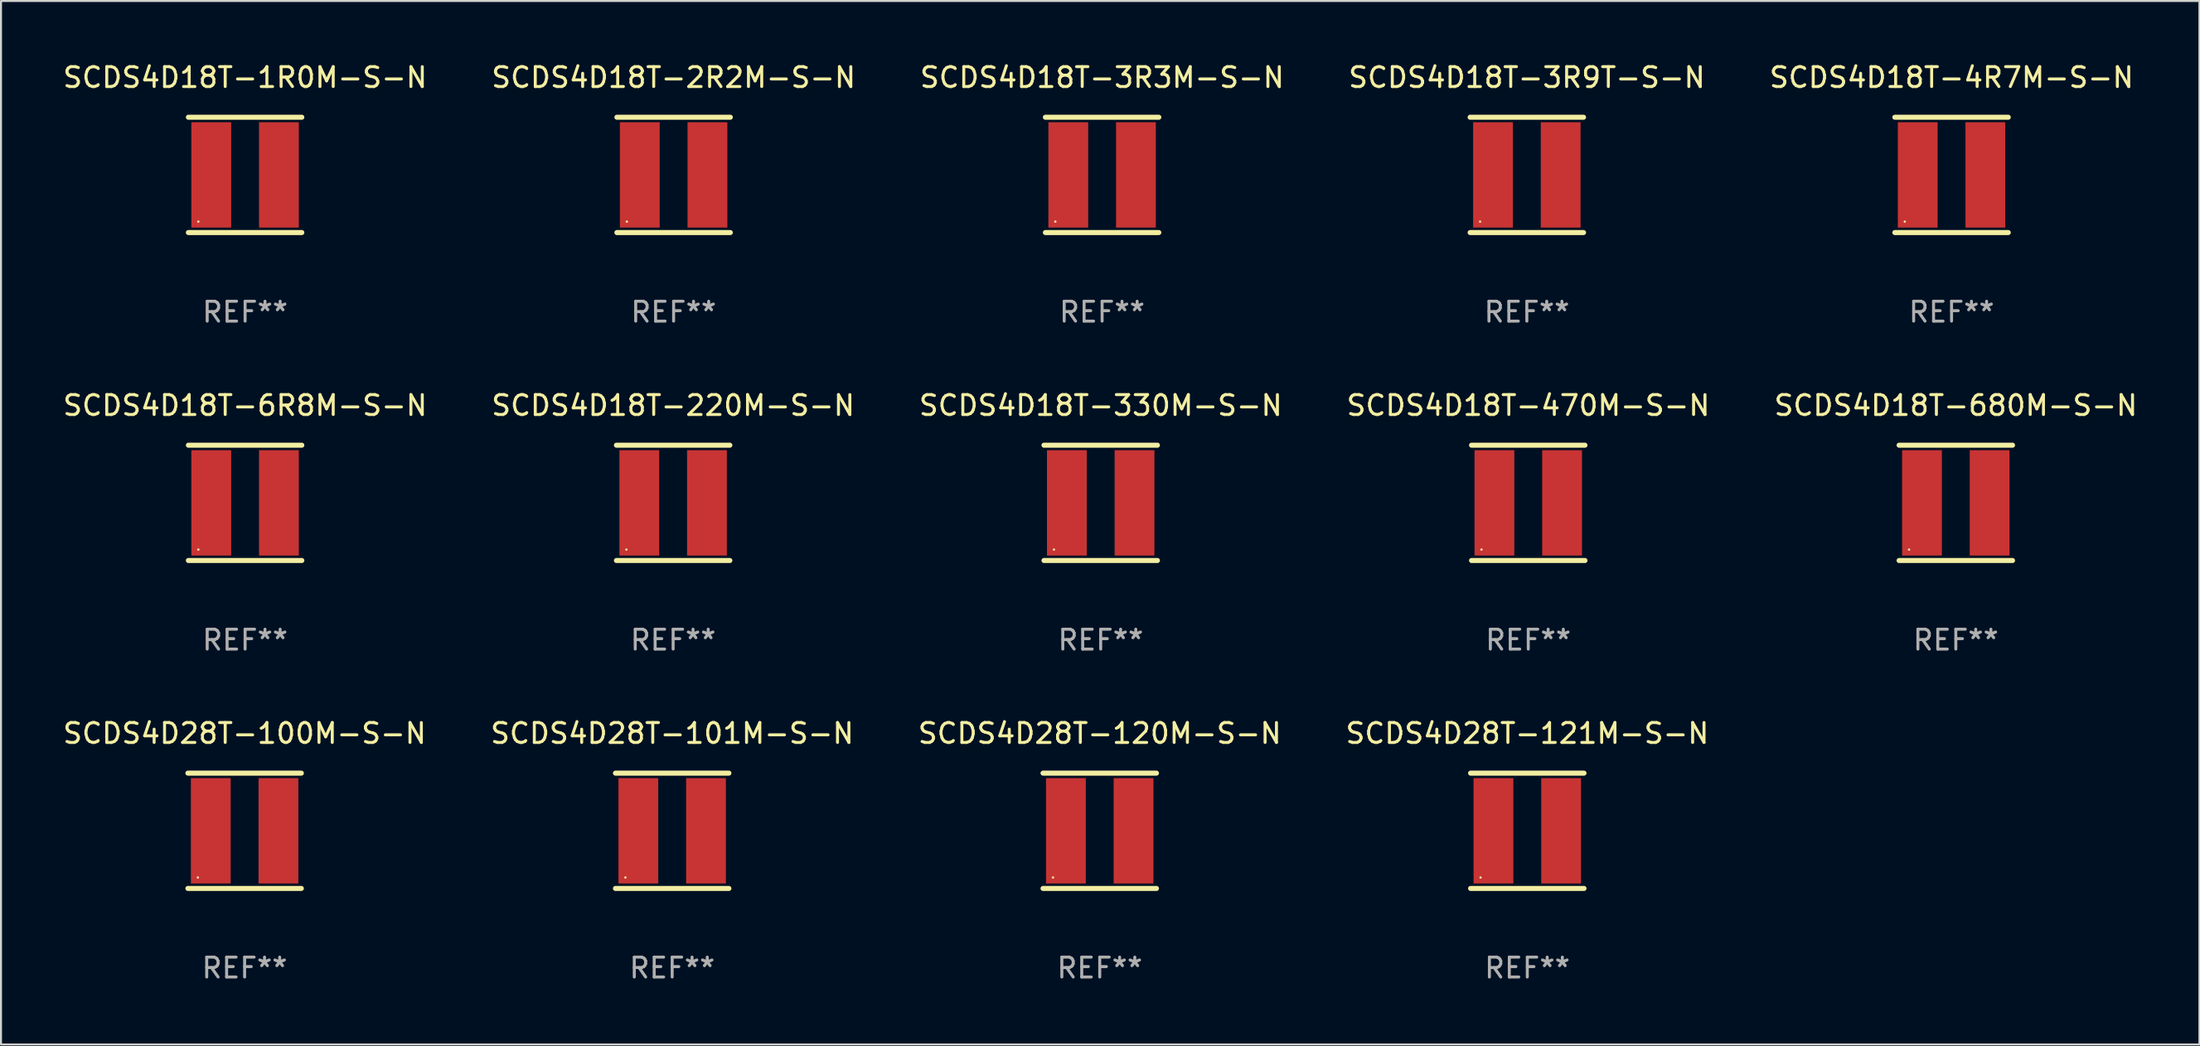
<source format=kicad_pcb>
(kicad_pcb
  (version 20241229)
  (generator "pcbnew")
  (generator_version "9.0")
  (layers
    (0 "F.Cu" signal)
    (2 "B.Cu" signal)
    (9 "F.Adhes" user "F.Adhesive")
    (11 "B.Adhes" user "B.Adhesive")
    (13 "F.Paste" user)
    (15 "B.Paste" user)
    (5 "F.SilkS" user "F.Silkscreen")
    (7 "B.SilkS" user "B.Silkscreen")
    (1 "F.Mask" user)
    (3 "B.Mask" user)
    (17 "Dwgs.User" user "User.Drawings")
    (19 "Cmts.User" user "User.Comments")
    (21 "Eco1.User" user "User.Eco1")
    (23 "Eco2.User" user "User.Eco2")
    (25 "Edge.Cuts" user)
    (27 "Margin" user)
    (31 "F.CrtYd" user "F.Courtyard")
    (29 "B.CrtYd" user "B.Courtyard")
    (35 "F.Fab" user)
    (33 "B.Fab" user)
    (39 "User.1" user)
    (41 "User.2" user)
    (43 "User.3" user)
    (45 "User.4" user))
  (footprint "SCDS4D18T-330M-S-N"
    (layer "F.Cu")
    (at 52.268 22.245)
    (property "Reference" "SCDS4D18T-330M-S-N" (at 0 -4.9 0) (layer "F.SilkS") (effects (font (size 1 1) (thickness 0.15))))
    (attr through_hole)
    (fp_line (start -2.85 -2.9) (end 2.85 -2.9) (stroke (width 0.254) (type solid)) (layer "F.SilkS"))
    (fp_line (start -2.85 2.9) (end 2.85 2.9) (stroke (width 0.254) (type solid)) (layer "F.SilkS"))
    (fp_circle (center -2.35 2.35) (end -2.32 2.35) (stroke (width 0.06) (type solid)) (fill no) (layer "F.SilkS"))
    (fp_text user "REF**" (at 0 6.9 0) (layer "F.Fab") (effects (font (size 1 1) (thickness 0.15))))
    (pad "1" smd rect (at -1.7 0) (size 2 5.3) (layers "F.Cu" "F.Mask" "F.Paste"))
    (pad "2" smd rect (at 1.7 0) (size 2 5.3) (layers "F.Cu" "F.Mask" "F.Paste")))
  (footprint "SCDS4D18T-3R9T-S-N"
    (layer "F.Cu")
    (at 73.685 5.748)
    (property "Reference" "SCDS4D18T-3R9T-S-N" (at 0 -4.9 0) (layer "F.SilkS") (effects (font (size 1 1) (thickness 0.15))))
    (attr through_hole)
    (fp_line (start -2.85 -2.9) (end 2.85 -2.9) (stroke (width 0.254) (type solid)) (layer "F.SilkS"))
    (fp_line (start -2.85 2.9) (end 2.85 2.9) (stroke (width 0.254) (type solid)) (layer "F.SilkS"))
    (fp_circle (center -2.35 2.35) (end -2.32 2.35) (stroke (width 0.06) (type solid)) (fill no) (layer "F.SilkS"))
    (fp_text user "REF**" (at 0 6.9 0) (layer "F.Fab") (effects (font (size 1 1) (thickness 0.15))))
    (pad "1" smd rect (at -1.7 0) (size 2 5.3) (layers "F.Cu" "F.Mask" "F.Paste"))
    (pad "2" smd rect (at 1.7 0) (size 2 5.3) (layers "F.Cu" "F.Mask" "F.Paste")))
  (footprint "SCDS4D18T-4R7M-S-N"
    (layer "F.Cu")
    (at 95.03 5.748)
    (property "Reference" "SCDS4D18T-4R7M-S-N" (at 0 -4.9 0) (layer "F.SilkS") (effects (font (size 1 1) (thickness 0.15))))
    (attr through_hole)
    (fp_line (start -2.85 -2.9) (end 2.85 -2.9) (stroke (width 0.254) (type solid)) (layer "F.SilkS"))
    (fp_line (start -2.85 2.9) (end 2.85 2.9) (stroke (width 0.254) (type solid)) (layer "F.SilkS"))
    (fp_circle (center -2.35 2.35) (end -2.32 2.35) (stroke (width 0.06) (type solid)) (fill no) (layer "F.SilkS"))
    (fp_text user "REF**" (at 0 6.9 0) (layer "F.Fab") (effects (font (size 1 1) (thickness 0.15))))
    (pad "1" smd rect (at -1.7 0) (size 2 5.3) (layers "F.Cu" "F.Mask" "F.Paste"))
    (pad "2" smd rect (at 1.7 0) (size 2 5.3) (layers "F.Cu" "F.Mask" "F.Paste")))
  (footprint "SCDS4D28T-100M-S-N"
    (layer "F.Cu")
    (at 9.244 38.741)
    (property "Reference" "SCDS4D28T-100M-S-N" (at 0 -4.9 0) (layer "F.SilkS") (effects (font (size 1 1) (thickness 0.15))))
    (attr through_hole)
    (fp_line (start -2.85 -2.9) (end 2.85 -2.9) (stroke (width 0.254) (type solid)) (layer "F.SilkS"))
    (fp_line (start -2.85 2.9) (end 2.85 2.9) (stroke (width 0.254) (type solid)) (layer "F.SilkS"))
    (fp_circle (center -2.35 2.35) (end -2.32 2.35) (stroke (width 0.06) (type solid)) (fill no) (layer "F.SilkS"))
    (fp_text user "REF**" (at 0 6.9 0) (layer "F.Fab") (effects (font (size 1 1) (thickness 0.15))))
    (pad "1" smd rect (at -1.7 0) (size 2 5.3) (layers "F.Cu" "F.Mask" "F.Paste"))
    (pad "2" smd rect (at 1.7 0) (size 2 5.3) (layers "F.Cu" "F.Mask" "F.Paste")))
  (footprint "SCDS4D18T-470M-S-N"
    (layer "F.Cu")
    (at 73.756 22.245)
    (property "Reference" "SCDS4D18T-470M-S-N" (at 0 -4.9 0) (layer "F.SilkS") (effects (font (size 1 1) (thickness 0.15))))
    (attr through_hole)
    (fp_line (start -2.85 -2.9) (end 2.85 -2.9) (stroke (width 0.254) (type solid)) (layer "F.SilkS"))
    (fp_line (start -2.85 2.9) (end 2.85 2.9) (stroke (width 0.254) (type solid)) (layer "F.SilkS"))
    (fp_circle (center -2.35 2.35) (end -2.32 2.35) (stroke (width 0.06) (type solid)) (fill no) (layer "F.SilkS"))
    (fp_text user "REF**" (at 0 6.9 0) (layer "F.Fab") (effects (font (size 1 1) (thickness 0.15))))
    (pad "1" smd rect (at -1.7 0) (size 2 5.3) (layers "F.Cu" "F.Mask" "F.Paste"))
    (pad "2" smd rect (at 1.7 0) (size 2 5.3) (layers "F.Cu" "F.Mask" "F.Paste")))
  (footprint "SCDS4D18T-680M-S-N"
    (layer "F.Cu")
    (at 95.244 22.245)
    (property "Reference" "SCDS4D18T-680M-S-N" (at 0 -4.9 0) (layer "F.SilkS") (effects (font (size 1 1) (thickness 0.15))))
    (attr through_hole)
    (fp_line (start -2.85 -2.9) (end 2.85 -2.9) (stroke (width 0.254) (type solid)) (layer "F.SilkS"))
    (fp_line (start -2.85 2.9) (end 2.85 2.9) (stroke (width 0.254) (type solid)) (layer "F.SilkS"))
    (fp_circle (center -2.35 2.35) (end -2.32 2.35) (stroke (width 0.06) (type solid)) (fill no) (layer "F.SilkS"))
    (fp_text user "REF**" (at 0 6.9 0) (layer "F.Fab") (effects (font (size 1 1) (thickness 0.15))))
    (pad "1" smd rect (at -1.7 0) (size 2 5.3) (layers "F.Cu" "F.Mask" "F.Paste"))
    (pad "2" smd rect (at 1.7 0) (size 2 5.3) (layers "F.Cu" "F.Mask" "F.Paste")))
  (footprint "SCDS4D18T-1R0M-S-N"
    (layer "F.Cu")
    (at 9.268 5.748)
    (property "Reference" "SCDS4D18T-1R0M-S-N" (at 0 -4.9 0) (layer "F.SilkS") (effects (font (size 1 1) (thickness 0.15))))
    (attr through_hole)
    (fp_line (start -2.85 -2.9) (end 2.85 -2.9) (stroke (width 0.254) (type solid)) (layer "F.SilkS"))
    (fp_line (start -2.85 2.9) (end 2.85 2.9) (stroke (width 0.254) (type solid)) (layer "F.SilkS"))
    (fp_circle (center -2.35 2.35) (end -2.32 2.35) (stroke (width 0.06) (type solid)) (fill no) (layer "F.SilkS"))
    (fp_text user "REF**" (at 0 6.9 0) (layer "F.Fab") (effects (font (size 1 1) (thickness 0.15))))
    (pad "1" smd rect (at -1.7 0) (size 2 5.3) (layers "F.Cu" "F.Mask" "F.Paste"))
    (pad "2" smd rect (at 1.7 0) (size 2 5.3) (layers "F.Cu" "F.Mask" "F.Paste")))
  (footprint "SCDS4D18T-6R8M-S-N"
    (layer "F.Cu")
    (at 9.268 22.245)
    (property "Reference" "SCDS4D18T-6R8M-S-N" (at 0 -4.9 0) (layer "F.SilkS") (effects (font (size 1 1) (thickness 0.15))))
    (attr through_hole)
    (fp_line (start -2.85 -2.9) (end 2.85 -2.9) (stroke (width 0.254) (type solid)) (layer "F.SilkS"))
    (fp_line (start -2.85 2.9) (end 2.85 2.9) (stroke (width 0.254) (type solid)) (layer "F.SilkS"))
    (fp_circle (center -2.35 2.35) (end -2.32 2.35) (stroke (width 0.06) (type solid)) (fill no) (layer "F.SilkS"))
    (fp_text user "REF**" (at 0 6.9 0) (layer "F.Fab") (effects (font (size 1 1) (thickness 0.15))))
    (pad "1" smd rect (at -1.7 0) (size 2 5.3) (layers "F.Cu" "F.Mask" "F.Paste"))
    (pad "2" smd rect (at 1.7 0) (size 2 5.3) (layers "F.Cu" "F.Mask" "F.Paste")))
  (footprint "SCDS4D28T-101M-S-N"
    (layer "F.Cu")
    (at 30.732 38.741)
    (property "Reference" "SCDS4D28T-101M-S-N" (at 0 -4.9 0) (layer "F.SilkS") (effects (font (size 1 1) (thickness 0.15))))
    (attr through_hole)
    (fp_line (start -2.85 -2.9) (end 2.85 -2.9) (stroke (width 0.254) (type solid)) (layer "F.SilkS"))
    (fp_line (start -2.85 2.9) (end 2.85 2.9) (stroke (width 0.254) (type solid)) (layer "F.SilkS"))
    (fp_circle (center -2.35 2.35) (end -2.32 2.35) (stroke (width 0.06) (type solid)) (fill no) (layer "F.SilkS"))
    (fp_text user "REF**" (at 0 6.9 0) (layer "F.Fab") (effects (font (size 1 1) (thickness 0.15))))
    (pad "1" smd rect (at -1.7 0) (size 2 5.3) (layers "F.Cu" "F.Mask" "F.Paste"))
    (pad "2" smd rect (at 1.7 0) (size 2 5.3) (layers "F.Cu" "F.Mask" "F.Paste")))
  (footprint "SCDS4D18T-3R3M-S-N"
    (layer "F.Cu")
    (at 52.339 5.748)
    (property "Reference" "SCDS4D18T-3R3M-S-N" (at 0 -4.9 0) (layer "F.SilkS") (effects (font (size 1 1) (thickness 0.15))))
    (attr through_hole)
    (fp_line (start -2.85 -2.9) (end 2.85 -2.9) (stroke (width 0.254) (type solid)) (layer "F.SilkS"))
    (fp_line (start -2.85 2.9) (end 2.85 2.9) (stroke (width 0.254) (type solid)) (layer "F.SilkS"))
    (fp_circle (center -2.35 2.35) (end -2.32 2.35) (stroke (width 0.06) (type solid)) (fill no) (layer "F.SilkS"))
    (fp_text user "REF**" (at 0 6.9 0) (layer "F.Fab") (effects (font (size 1 1) (thickness 0.15))))
    (pad "1" smd rect (at -1.7 0) (size 2 5.3) (layers "F.Cu" "F.Mask" "F.Paste"))
    (pad "2" smd rect (at 1.7 0) (size 2 5.3) (layers "F.Cu" "F.Mask" "F.Paste")))
  (footprint "SCDS4D18T-2R2M-S-N"
    (layer "F.Cu")
    (at 30.804 5.748)
    (property "Reference" "SCDS4D18T-2R2M-S-N" (at 0 -4.9 0) (layer "F.SilkS") (effects (font (size 1 1) (thickness 0.15))))
    (attr through_hole)
    (fp_line (start -2.85 -2.9) (end 2.85 -2.9) (stroke (width 0.254) (type solid)) (layer "F.SilkS"))
    (fp_line (start -2.85 2.9) (end 2.85 2.9) (stroke (width 0.254) (type solid)) (layer "F.SilkS"))
    (fp_circle (center -2.35 2.35) (end -2.32 2.35) (stroke (width 0.06) (type solid)) (fill no) (layer "F.SilkS"))
    (fp_text user "REF**" (at 0 6.9 0) (layer "F.Fab") (effects (font (size 1 1) (thickness 0.15))))
    (pad "1" smd rect (at -1.7 0) (size 2 5.3) (layers "F.Cu" "F.Mask" "F.Paste"))
    (pad "2" smd rect (at 1.7 0) (size 2 5.3) (layers "F.Cu" "F.Mask" "F.Paste")))
  (footprint "SCDS4D28T-121M-S-N"
    (layer "F.Cu")
    (at 73.708 38.741)
    (property "Reference" "SCDS4D28T-121M-S-N" (at 0 -4.9 0) (layer "F.SilkS") (effects (font (size 1 1) (thickness 0.15))))
    (attr through_hole)
    (fp_line (start -2.85 -2.9) (end 2.85 -2.9) (stroke (width 0.254) (type solid)) (layer "F.SilkS"))
    (fp_line (start -2.85 2.9) (end 2.85 2.9) (stroke (width 0.254) (type solid)) (layer "F.SilkS"))
    (fp_circle (center -2.35 2.35) (end -2.32 2.35) (stroke (width 0.06) (type solid)) (fill no) (layer "F.SilkS"))
    (fp_text user "REF**" (at 0 6.9 0) (layer "F.Fab") (effects (font (size 1 1) (thickness 0.15))))
    (pad "1" smd rect (at -1.7 0) (size 2 5.3) (layers "F.Cu" "F.Mask" "F.Paste"))
    (pad "2" smd rect (at 1.7 0) (size 2 5.3) (layers "F.Cu" "F.Mask" "F.Paste")))
  (footprint "SCDS4D18T-220M-S-N"
    (layer "F.Cu")
    (at 30.78 22.245)
    (property "Reference" "SCDS4D18T-220M-S-N" (at 0 -4.9 0) (layer "F.SilkS") (effects (font (size 1 1) (thickness 0.15))))
    (attr through_hole)
    (fp_line (start -2.85 -2.9) (end 2.85 -2.9) (stroke (width 0.254) (type solid)) (layer "F.SilkS"))
    (fp_line (start -2.85 2.9) (end 2.85 2.9) (stroke (width 0.254) (type solid)) (layer "F.SilkS"))
    (fp_circle (center -2.35 2.35) (end -2.32 2.35) (stroke (width 0.06) (type solid)) (fill no) (layer "F.SilkS"))
    (fp_text user "REF**" (at 0 6.9 0) (layer "F.Fab") (effects (font (size 1 1) (thickness 0.15))))
    (pad "1" smd rect (at -1.7 0) (size 2 5.3) (layers "F.Cu" "F.Mask" "F.Paste"))
    (pad "2" smd rect (at 1.7 0) (size 2 5.3) (layers "F.Cu" "F.Mask" "F.Paste")))
  (footprint "SCDS4D28T-120M-S-N"
    (layer "F.Cu")
    (at 52.22 38.741)
    (property "Reference" "SCDS4D28T-120M-S-N" (at 0 -4.9 0) (layer "F.SilkS") (effects (font (size 1 1) (thickness 0.15))))
    (attr through_hole)
    (fp_line (start -2.85 -2.9) (end 2.85 -2.9) (stroke (width 0.254) (type solid)) (layer "F.SilkS"))
    (fp_line (start -2.85 2.9) (end 2.85 2.9) (stroke (width 0.254) (type solid)) (layer "F.SilkS"))
    (fp_circle (center -2.35 2.35) (end -2.32 2.35) (stroke (width 0.06) (type solid)) (fill no) (layer "F.SilkS"))
    (fp_text user "REF**" (at 0 6.9 0) (layer "F.Fab") (effects (font (size 1 1) (thickness 0.15))))
    (pad "1" smd rect (at -1.7 0) (size 2 5.3) (layers "F.Cu" "F.Mask" "F.Paste"))
    (pad "2" smd rect (at 1.7 0) (size 2 5.3) (layers "F.Cu" "F.Mask" "F.Paste")))
  (gr_rect
    (start -3 -3)
    (end 107.488 49.489)
    (stroke (width 0.1) (type default))
    (fill no)
    (layer "Edge.Cuts")))
</source>
